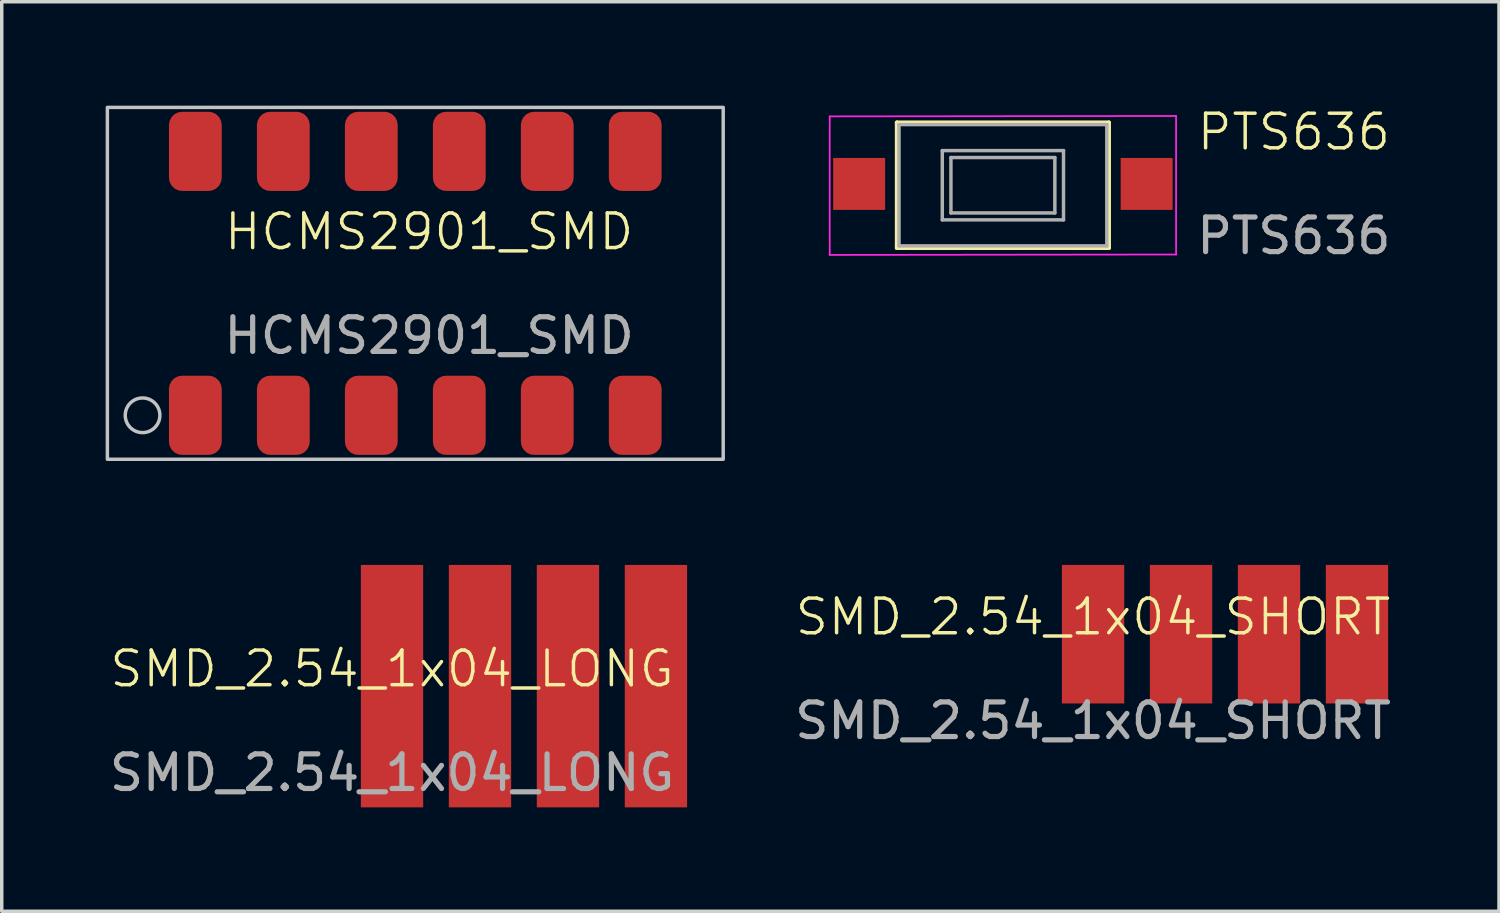
<source format=kicad_pcb>
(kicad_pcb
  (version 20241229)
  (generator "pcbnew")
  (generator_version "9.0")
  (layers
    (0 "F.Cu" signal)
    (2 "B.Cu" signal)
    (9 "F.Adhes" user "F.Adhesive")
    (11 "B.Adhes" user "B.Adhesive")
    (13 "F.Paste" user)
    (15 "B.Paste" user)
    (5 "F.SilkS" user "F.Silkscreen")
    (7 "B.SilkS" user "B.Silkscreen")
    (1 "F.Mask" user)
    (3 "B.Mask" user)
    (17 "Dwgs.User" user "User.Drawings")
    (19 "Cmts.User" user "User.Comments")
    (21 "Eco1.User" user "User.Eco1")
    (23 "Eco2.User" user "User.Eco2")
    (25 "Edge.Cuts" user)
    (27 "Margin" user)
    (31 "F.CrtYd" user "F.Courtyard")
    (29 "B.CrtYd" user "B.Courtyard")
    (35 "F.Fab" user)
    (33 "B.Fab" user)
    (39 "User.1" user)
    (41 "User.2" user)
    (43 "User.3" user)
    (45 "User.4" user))
  (footprint "HCMS2901_SMD"
    (layer "F.Cu")
    (at 2.59 8.94)
    (property "Reference" "HCMS2901_SMD" (at 6.75 -5.3 0) (unlocked yes) (layer "F.SilkS") (effects (font (size 1 1) (thickness 0.1))))
    (attr smd)
    (fp_rect (start -2.54 -8.89) (end 15.24 1.27) (stroke (width 0.1) (type default)) (fill no) (layer "Dwgs.User"))
    (fp_circle (center -1.524 0) (end -1.024 0) (stroke (width 0.1) (type solid)) (fill no) (layer "Dwgs.User"))
    (fp_text user "${REFERENCE}" (at 6.75 -2.3 0) (unlocked yes) (layer "F.Fab") (effects (font (size 1 1) (thickness 0.15))))
    (pad "1" smd roundrect (at 0 0 270) (size 2.286 1.524) (layers "F.Cu" "F.Mask" "F.Paste") (roundrect_rratio 0.25))
    (pad "2" smd roundrect (at 2.54 0 270) (size 2.286 1.524) (layers "F.Cu" "F.Mask" "F.Paste") (roundrect_rratio 0.25))
    (pad "3" smd roundrect (at 5.08 0 270) (size 2.286 1.524) (layers "F.Cu" "F.Mask" "F.Paste") (roundrect_rratio 0.25))
    (pad "4" smd roundrect (at 7.62 0 270) (size 2.286 1.524) (layers "F.Cu" "F.Mask" "F.Paste") (roundrect_rratio 0.25))
    (pad "5" smd roundrect (at 10.16 0 270) (size 2.286 1.524) (layers "F.Cu" "F.Mask" "F.Paste") (roundrect_rratio 0.25))
    (pad "6" smd roundrect (at 12.7 0 270) (size 2.286 1.524) (layers "F.Cu" "F.Mask" "F.Paste") (roundrect_rratio 0.25))
    (pad "7" smd roundrect (at 12.7 -7.62 270) (size 2.286 1.524) (layers "F.Cu" "F.Mask" "F.Paste") (roundrect_rratio 0.25))
    (pad "8" smd roundrect (at 10.16 -7.62 270) (size 2.286 1.524) (layers "F.Cu" "F.Mask" "F.Paste") (roundrect_rratio 0.25))
    (pad "9" smd roundrect (at 7.62 -7.62 270) (size 2.286 1.524) (layers "F.Cu" "F.Mask" "F.Paste") (roundrect_rratio 0.25))
    (pad "10" smd roundrect (at 5.08 -7.62 270) (size 2.286 1.524) (layers "F.Cu" "F.Mask" "F.Paste") (roundrect_rratio 0.25))
    (pad "11" smd roundrect (at 2.54 -7.62 270) (size 2.286 1.524) (layers "F.Cu" "F.Mask" "F.Paste") (roundrect_rratio 0.25))
    (pad "12" smd roundrect (at 0 -7.62 270) (size 2.286 1.524) (layers "F.Cu" "F.Mask" "F.Paste") (roundrect_rratio 0.25)))
  (footprint "PTS636"
    (layer "F.Cu")
    (at 25.905 2.26)
    (property "Reference" "PTS636" (at 8.4 -1.5 0) (unlocked yes) (layer "F.SilkS") (effects (font (size 1 1) (thickness 0.1))))
    (attr smd)
    (fp_line (start -3.06 -1.772) (end 3.06 -1.772) (stroke (width 0.12) (type solid)) (layer "F.SilkS"))
    (fp_line (start -3.06 1.848) (end -3.06 -1.772) (stroke (width 0.12) (type solid)) (layer "F.SilkS"))
    (fp_line (start 3.06 -1.772) (end 3.06 1.848) (stroke (width 0.12) (type solid)) (layer "F.SilkS"))
    (fp_line (start 3.06 1.848) (end -3.06 1.848) (stroke (width 0.12) (type solid)) (layer "F.SilkS"))
    (fp_line (start -5 -1.95) (end -5 2.05) (stroke (width 0.05) (type solid)) (layer "F.CrtYd"))
    (fp_line (start -5 -1.95) (end 5 -1.962) (stroke (width 0.05) (type solid)) (layer "F.CrtYd"))
    (fp_line (start -5 2.05) (end 5 2.038) (stroke (width 0.05) (type solid)) (layer "F.CrtYd"))
    (fp_line (start 5 -1.962) (end 5 2.038) (stroke (width 0.05) (type solid)) (layer "F.CrtYd"))
    (fp_line (start -3 -1.712) (end -3 1.788) (stroke (width 0.1) (type solid)) (layer "F.Fab"))
    (fp_line (start -3 -1.712) (end 3 -1.712) (stroke (width 0.1) (type solid)) (layer "F.Fab"))
    (fp_line (start -3 1.788) (end 3 1.788) (stroke (width 0.1) (type solid)) (layer "F.Fab"))
    (fp_line (start -1.75 -0.962) (end 1.75 -0.962) (stroke (width 0.1) (type solid)) (layer "F.Fab"))
    (fp_line (start -1.75 1.038) (end -1.75 -0.962) (stroke (width 0.1) (type solid)) (layer "F.Fab"))
    (fp_line (start -1.5 -0.762) (end -1.5 0.838) (stroke (width 0.1) (type solid)) (layer "F.Fab"))
    (fp_line (start -1.5 -0.762) (end 1.5 -0.762) (stroke (width 0.1) (type solid)) (layer "F.Fab"))
    (fp_line (start -1.5 0.838) (end 1.5 0.838) (stroke (width 0.1) (type solid)) (layer "F.Fab"))
    (fp_line (start 1.5 -0.762) (end 1.5 0.838) (stroke (width 0.1) (type solid)) (layer "F.Fab"))
    (fp_line (start 1.75 -0.962) (end 1.75 1.038) (stroke (width 0.1) (type solid)) (layer "F.Fab"))
    (fp_line (start 1.75 1.038) (end -1.75 1.038) (stroke (width 0.1) (type solid)) (layer "F.Fab"))
    (fp_line (start 3 -1.712) (end 3 1.788) (stroke (width 0.1) (type solid)) (layer "F.Fab"))
    (fp_text user "${REFERENCE}" (at 8.4 1.5 0) (unlocked yes) (layer "F.Fab") (effects (font (size 1 1) (thickness 0.15))))
    (pad "1" smd rect (at -4.15 0) (size 1.5 1.5) (layers "F.Cu" "F.Mask" "F.Paste"))
    (pad "2" smd rect (at 4.15 0) (size 1.5 1.5) (layers "F.Cu" "F.Mask" "F.Paste")))
  (footprint "SMD_2.54_1x04_LONG"
    (layer "F.Cu")
    (at 8.268 16.76)
    (property "Reference" "SMD_2.54_1x04_LONG" (at 0 -0.5 0) (unlocked yes) (layer "F.SilkS") (effects (font (size 1 1) (thickness 0.1))))
    (attr smd)
    (fp_text user "${REFERENCE}" (at 0 2.5 0) (unlocked yes) (layer "F.Fab") (effects (font (size 1 1) (thickness 0.15))))
    (pad "1" smd rect (at 0 0) (size 1.8 7) (layers "F.Cu" "F.Mask" "F.Paste"))
    (pad "2" smd rect (at 2.54 0) (size 1.8 7) (layers "F.Cu" "F.Mask" "F.Paste"))
    (pad "3" smd rect (at 5.08 0) (size 1.8 7) (layers "F.Cu" "F.Mask" "F.Paste"))
    (pad "4" smd rect (at 7.62 0) (size 1.8 7) (layers "F.Cu" "F.Mask" "F.Paste")))
  (footprint "SMD_2.54_1x04_SHORT"
    (layer "F.Cu")
    (at 28.508 15.26)
    (property "Reference" "SMD_2.54_1x04_SHORT" (at 0 -0.5 0) (unlocked yes) (layer "F.SilkS") (effects (font (size 1 1) (thickness 0.1))))
    (attr smd)
    (fp_text user "${REFERENCE}" (at 0 2.5 0) (unlocked yes) (layer "F.Fab") (effects (font (size 1 1) (thickness 0.15))))
    (pad "1" smd rect (at 0 0) (size 1.8 4) (layers "F.Cu" "F.Mask" "F.Paste"))
    (pad "2" smd rect (at 2.54 0) (size 1.8 4) (layers "F.Cu" "F.Mask" "F.Paste"))
    (pad "3" smd rect (at 5.08 0) (size 1.8 4) (layers "F.Cu" "F.Mask" "F.Paste"))
    (pad "4" smd rect (at 7.62 0) (size 1.8 4) (layers "F.Cu" "F.Mask" "F.Paste")))
  (gr_rect
    (start -3 -3)
    (end 40.228 23.26)
    (stroke (width 0.1) (type default))
    (fill no)
    (layer "Edge.Cuts")))
</source>
